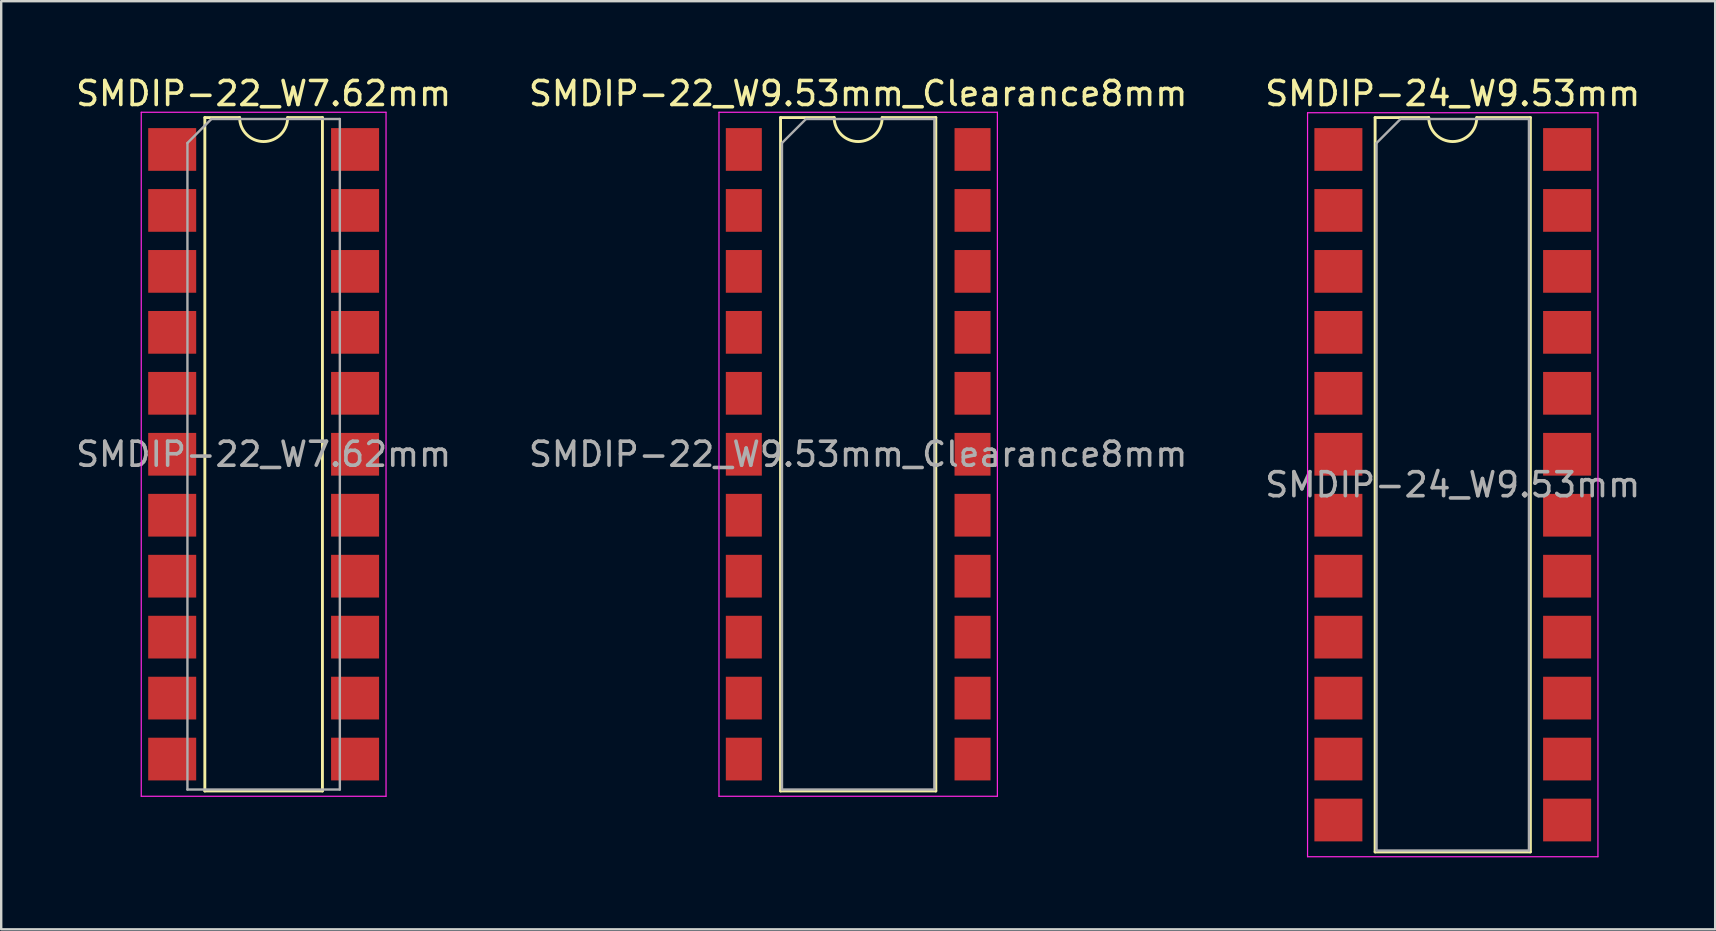
<source format=kicad_pcb>
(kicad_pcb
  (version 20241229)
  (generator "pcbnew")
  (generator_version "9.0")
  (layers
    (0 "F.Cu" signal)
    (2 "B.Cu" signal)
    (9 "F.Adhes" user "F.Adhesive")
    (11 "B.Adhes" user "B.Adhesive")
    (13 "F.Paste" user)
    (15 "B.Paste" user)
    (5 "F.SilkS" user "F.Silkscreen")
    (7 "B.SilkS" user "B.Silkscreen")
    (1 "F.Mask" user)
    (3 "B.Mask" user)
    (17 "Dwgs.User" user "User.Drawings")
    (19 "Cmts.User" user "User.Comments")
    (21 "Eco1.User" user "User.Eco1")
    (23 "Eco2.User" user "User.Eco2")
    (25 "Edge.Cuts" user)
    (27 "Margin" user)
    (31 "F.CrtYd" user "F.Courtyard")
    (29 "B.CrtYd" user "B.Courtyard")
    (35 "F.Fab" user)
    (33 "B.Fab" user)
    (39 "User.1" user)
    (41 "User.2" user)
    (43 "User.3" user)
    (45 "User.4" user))
  (footprint "SMDIP-22_W7.62mm"
    (layer "F.Cu")
    (at 7.935 15.878)
    (property "Reference" "SMDIP-22_W7.62mm" (at 0 -15.03 0) (layer "F.SilkS") (effects (font (size 1 1) (thickness 0.15))))
    (attr smd)
    (fp_line (start -2.45 -14.03) (end -2.45 14.03) (stroke (width 0.12) (type solid)) (layer "F.SilkS"))
    (fp_line (start -2.45 14.03) (end 2.45 14.03) (stroke (width 0.12) (type solid)) (layer "F.SilkS"))
    (fp_line (start -1 -14.03) (end -2.45 -14.03) (stroke (width 0.12) (type solid)) (layer "F.SilkS"))
    (fp_line (start 2.45 -14.03) (end 1 -14.03) (stroke (width 0.12) (type solid)) (layer "F.SilkS"))
    (fp_line (start 2.45 14.03) (end 2.45 -14.03) (stroke (width 0.12) (type solid)) (layer "F.SilkS"))
    (fp_arc (start 1 -14.03) (mid 0 -13.03) (end -1 -14.03) (stroke (width 0.12) (type solid)) (layer "F.SilkS"))
    (fp_line (start -5.1 -14.25) (end -5.1 14.25) (stroke (width 0.05) (type solid)) (layer "F.CrtYd"))
    (fp_line (start -5.1 14.25) (end 5.1 14.25) (stroke (width 0.05) (type solid)) (layer "F.CrtYd"))
    (fp_line (start 5.1 -14.25) (end -5.1 -14.25) (stroke (width 0.05) (type solid)) (layer "F.CrtYd"))
    (fp_line (start 5.1 14.25) (end 5.1 -14.25) (stroke (width 0.05) (type solid)) (layer "F.CrtYd"))
    (fp_line (start -3.175 -12.97) (end -2.175 -13.97) (stroke (width 0.1) (type solid)) (layer "F.Fab"))
    (fp_line (start -3.175 13.97) (end -3.175 -12.97) (stroke (width 0.1) (type solid)) (layer "F.Fab"))
    (fp_line (start -2.175 -13.97) (end 3.175 -13.97) (stroke (width 0.1) (type solid)) (layer "F.Fab"))
    (fp_line (start 3.175 -13.97) (end 3.175 13.97) (stroke (width 0.1) (type solid)) (layer "F.Fab"))
    (fp_line (start 3.175 13.97) (end -3.175 13.97) (stroke (width 0.1) (type solid)) (layer "F.Fab"))
    (fp_text user "${REFERENCE}" (at 0 0 0) (layer "F.Fab") (effects (font (size 1 1) (thickness 0.15))))
    (pad "1" smd rect (at -3.81 -12.7) (size 2 1.78) (layers "F.Cu" "F.Mask" "F.Paste"))
    (pad "2" smd rect (at -3.81 -10.16) (size 2 1.78) (layers "F.Cu" "F.Mask" "F.Paste"))
    (pad "3" smd rect (at -3.81 -7.62) (size 2 1.78) (layers "F.Cu" "F.Mask" "F.Paste"))
    (pad "4" smd rect (at -3.81 -5.08) (size 2 1.78) (layers "F.Cu" "F.Mask" "F.Paste"))
    (pad "5" smd rect (at -3.81 -2.54) (size 2 1.78) (layers "F.Cu" "F.Mask" "F.Paste"))
    (pad "6" smd rect (at -3.81 0) (size 2 1.78) (layers "F.Cu" "F.Mask" "F.Paste"))
    (pad "7" smd rect (at -3.81 2.54) (size 2 1.78) (layers "F.Cu" "F.Mask" "F.Paste"))
    (pad "8" smd rect (at -3.81 5.08) (size 2 1.78) (layers "F.Cu" "F.Mask" "F.Paste"))
    (pad "9" smd rect (at -3.81 7.62) (size 2 1.78) (layers "F.Cu" "F.Mask" "F.Paste"))
    (pad "10" smd rect (at -3.81 10.16) (size 2 1.78) (layers "F.Cu" "F.Mask" "F.Paste"))
    (pad "11" smd rect (at -3.81 12.7) (size 2 1.78) (layers "F.Cu" "F.Mask" "F.Paste"))
    (pad "12" smd rect (at 3.81 12.7) (size 2 1.78) (layers "F.Cu" "F.Mask" "F.Paste"))
    (pad "13" smd rect (at 3.81 10.16) (size 2 1.78) (layers "F.Cu" "F.Mask" "F.Paste"))
    (pad "14" smd rect (at 3.81 7.62) (size 2 1.78) (layers "F.Cu" "F.Mask" "F.Paste"))
    (pad "15" smd rect (at 3.81 5.08) (size 2 1.78) (layers "F.Cu" "F.Mask" "F.Paste"))
    (pad "16" smd rect (at 3.81 2.54) (size 2 1.78) (layers "F.Cu" "F.Mask" "F.Paste"))
    (pad "17" smd rect (at 3.81 0) (size 2 1.78) (layers "F.Cu" "F.Mask" "F.Paste"))
    (pad "18" smd rect (at 3.81 -2.54) (size 2 1.78) (layers "F.Cu" "F.Mask" "F.Paste"))
    (pad "19" smd rect (at 3.81 -5.08) (size 2 1.78) (layers "F.Cu" "F.Mask" "F.Paste"))
    (pad "20" smd rect (at 3.81 -7.62) (size 2 1.78) (layers "F.Cu" "F.Mask" "F.Paste"))
    (pad "21" smd rect (at 3.81 -10.16) (size 2 1.78) (layers "F.Cu" "F.Mask" "F.Paste"))
    (pad "22" smd rect (at 3.81 -12.7) (size 2 1.78) (layers "F.Cu" "F.Mask" "F.Paste")))
  (footprint "SMDIP-24_W9.53mm"
    (layer "F.Cu")
    (at 57.482 17.148)
    (property "Reference" "SMDIP-24_W9.53mm" (at 0 -16.3 0) (layer "F.SilkS") (effects (font (size 1 1) (thickness 0.15))))
    (attr smd)
    (fp_line (start -3.235 -15.3) (end -3.235 15.3) (stroke (width 0.12) (type solid)) (layer "F.SilkS"))
    (fp_line (start -3.235 15.3) (end 3.235 15.3) (stroke (width 0.12) (type solid)) (layer "F.SilkS"))
    (fp_line (start -1 -15.3) (end -3.235 -15.3) (stroke (width 0.12) (type solid)) (layer "F.SilkS"))
    (fp_line (start 3.235 -15.3) (end 1 -15.3) (stroke (width 0.12) (type solid)) (layer "F.SilkS"))
    (fp_line (start 3.235 15.3) (end 3.235 -15.3) (stroke (width 0.12) (type solid)) (layer "F.SilkS"))
    (fp_arc (start 1 -15.3) (mid 0 -14.3) (end -1 -15.3) (stroke (width 0.12) (type solid)) (layer "F.SilkS"))
    (fp_line (start -6.05 -15.5) (end -6.05 15.5) (stroke (width 0.05) (type solid)) (layer "F.CrtYd"))
    (fp_line (start -6.05 15.5) (end 6.05 15.5) (stroke (width 0.05) (type solid)) (layer "F.CrtYd"))
    (fp_line (start 6.05 -15.5) (end -6.05 -15.5) (stroke (width 0.05) (type solid)) (layer "F.CrtYd"))
    (fp_line (start 6.05 15.5) (end 6.05 -15.5) (stroke (width 0.05) (type solid)) (layer "F.CrtYd"))
    (fp_line (start -3.175 -14.24) (end -2.175 -15.24) (stroke (width 0.1) (type solid)) (layer "F.Fab"))
    (fp_line (start -3.175 15.24) (end -3.175 -14.24) (stroke (width 0.1) (type solid)) (layer "F.Fab"))
    (fp_line (start -2.175 -15.24) (end 3.175 -15.24) (stroke (width 0.1) (type solid)) (layer "F.Fab"))
    (fp_line (start 3.175 -15.24) (end 3.175 15.24) (stroke (width 0.1) (type solid)) (layer "F.Fab"))
    (fp_line (start 3.175 15.24) (end -3.175 15.24) (stroke (width 0.1) (type solid)) (layer "F.Fab"))
    (fp_text user "${REFERENCE}" (at 0 0 0) (layer "F.Fab") (effects (font (size 1 1) (thickness 0.15))))
    (pad "1" smd rect (at -4.765 -13.97) (size 2 1.78) (layers "F.Cu" "F.Mask" "F.Paste"))
    (pad "2" smd rect (at -4.765 -11.43) (size 2 1.78) (layers "F.Cu" "F.Mask" "F.Paste"))
    (pad "3" smd rect (at -4.765 -8.89) (size 2 1.78) (layers "F.Cu" "F.Mask" "F.Paste"))
    (pad "4" smd rect (at -4.765 -6.35) (size 2 1.78) (layers "F.Cu" "F.Mask" "F.Paste"))
    (pad "5" smd rect (at -4.765 -3.81) (size 2 1.78) (layers "F.Cu" "F.Mask" "F.Paste"))
    (pad "6" smd rect (at -4.765 -1.27) (size 2 1.78) (layers "F.Cu" "F.Mask" "F.Paste"))
    (pad "7" smd rect (at -4.765 1.27) (size 2 1.78) (layers "F.Cu" "F.Mask" "F.Paste"))
    (pad "8" smd rect (at -4.765 3.81) (size 2 1.78) (layers "F.Cu" "F.Mask" "F.Paste"))
    (pad "9" smd rect (at -4.765 6.35) (size 2 1.78) (layers "F.Cu" "F.Mask" "F.Paste"))
    (pad "10" smd rect (at -4.765 8.89) (size 2 1.78) (layers "F.Cu" "F.Mask" "F.Paste"))
    (pad "11" smd rect (at -4.765 11.43) (size 2 1.78) (layers "F.Cu" "F.Mask" "F.Paste"))
    (pad "12" smd rect (at -4.765 13.97) (size 2 1.78) (layers "F.Cu" "F.Mask" "F.Paste"))
    (pad "13" smd rect (at 4.765 13.97) (size 2 1.78) (layers "F.Cu" "F.Mask" "F.Paste"))
    (pad "14" smd rect (at 4.765 11.43) (size 2 1.78) (layers "F.Cu" "F.Mask" "F.Paste"))
    (pad "15" smd rect (at 4.765 8.89) (size 2 1.78) (layers "F.Cu" "F.Mask" "F.Paste"))
    (pad "16" smd rect (at 4.765 6.35) (size 2 1.78) (layers "F.Cu" "F.Mask" "F.Paste"))
    (pad "17" smd rect (at 4.765 3.81) (size 2 1.78) (layers "F.Cu" "F.Mask" "F.Paste"))
    (pad "18" smd rect (at 4.765 1.27) (size 2 1.78) (layers "F.Cu" "F.Mask" "F.Paste"))
    (pad "19" smd rect (at 4.765 -1.27) (size 2 1.78) (layers "F.Cu" "F.Mask" "F.Paste"))
    (pad "20" smd rect (at 4.765 -3.81) (size 2 1.78) (layers "F.Cu" "F.Mask" "F.Paste"))
    (pad "21" smd rect (at 4.765 -6.35) (size 2 1.78) (layers "F.Cu" "F.Mask" "F.Paste"))
    (pad "22" smd rect (at 4.765 -8.89) (size 2 1.78) (layers "F.Cu" "F.Mask" "F.Paste"))
    (pad "23" smd rect (at 4.765 -11.43) (size 2 1.78) (layers "F.Cu" "F.Mask" "F.Paste"))
    (pad "24" smd rect (at 4.765 -13.97) (size 2 1.78) (layers "F.Cu" "F.Mask" "F.Paste")))
  (footprint "SMDIP-22_W9.53mm_Clearance8mm"
    (layer "F.Cu")
    (at 32.708 15.878)
    (property "Reference" "SMDIP-22_W9.53mm_Clearance8mm" (at 0 -15.03 0) (layer "F.SilkS") (effects (font (size 1 1) (thickness 0.15))))
    (attr smd)
    (fp_line (start -3.235 -14.03) (end -3.235 14.03) (stroke (width 0.12) (type solid)) (layer "F.SilkS"))
    (fp_line (start -3.235 14.03) (end 3.235 14.03) (stroke (width 0.12) (type solid)) (layer "F.SilkS"))
    (fp_line (start -1 -14.03) (end -3.235 -14.03) (stroke (width 0.12) (type solid)) (layer "F.SilkS"))
    (fp_line (start 3.235 -14.03) (end 1 -14.03) (stroke (width 0.12) (type solid)) (layer "F.SilkS"))
    (fp_line (start 3.235 14.03) (end 3.235 -14.03) (stroke (width 0.12) (type solid)) (layer "F.SilkS"))
    (fp_arc (start 1 -14.03) (mid 0 -13.03) (end -1 -14.03) (stroke (width 0.12) (type solid)) (layer "F.SilkS"))
    (fp_line (start -5.8 -14.25) (end -5.8 14.25) (stroke (width 0.05) (type solid)) (layer "F.CrtYd"))
    (fp_line (start -5.8 14.25) (end 5.8 14.25) (stroke (width 0.05) (type solid)) (layer "F.CrtYd"))
    (fp_line (start 5.8 -14.25) (end -5.8 -14.25) (stroke (width 0.05) (type solid)) (layer "F.CrtYd"))
    (fp_line (start 5.8 14.25) (end 5.8 -14.25) (stroke (width 0.05) (type solid)) (layer "F.CrtYd"))
    (fp_line (start -3.175 -12.97) (end -2.175 -13.97) (stroke (width 0.1) (type solid)) (layer "F.Fab"))
    (fp_line (start -3.175 13.97) (end -3.175 -12.97) (stroke (width 0.1) (type solid)) (layer "F.Fab"))
    (fp_line (start -2.175 -13.97) (end 3.175 -13.97) (stroke (width 0.1) (type solid)) (layer "F.Fab"))
    (fp_line (start 3.175 -13.97) (end 3.175 13.97) (stroke (width 0.1) (type solid)) (layer "F.Fab"))
    (fp_line (start 3.175 13.97) (end -3.175 13.97) (stroke (width 0.1) (type solid)) (layer "F.Fab"))
    (fp_text user "${REFERENCE}" (at 0 0 0) (layer "F.Fab") (effects (font (size 1 1) (thickness 0.15))))
    (pad "1" smd rect (at -4.765 -12.7) (size 1.5 1.78) (layers "F.Cu" "F.Mask" "F.Paste"))
    (pad "2" smd rect (at -4.765 -10.16) (size 1.5 1.78) (layers "F.Cu" "F.Mask" "F.Paste"))
    (pad "3" smd rect (at -4.765 -7.62) (size 1.5 1.78) (layers "F.Cu" "F.Mask" "F.Paste"))
    (pad "4" smd rect (at -4.765 -5.08) (size 1.5 1.78) (layers "F.Cu" "F.Mask" "F.Paste"))
    (pad "5" smd rect (at -4.765 -2.54) (size 1.5 1.78) (layers "F.Cu" "F.Mask" "F.Paste"))
    (pad "6" smd rect (at -4.765 0) (size 1.5 1.78) (layers "F.Cu" "F.Mask" "F.Paste"))
    (pad "7" smd rect (at -4.765 2.54) (size 1.5 1.78) (layers "F.Cu" "F.Mask" "F.Paste"))
    (pad "8" smd rect (at -4.765 5.08) (size 1.5 1.78) (layers "F.Cu" "F.Mask" "F.Paste"))
    (pad "9" smd rect (at -4.765 7.62) (size 1.5 1.78) (layers "F.Cu" "F.Mask" "F.Paste"))
    (pad "10" smd rect (at -4.765 10.16) (size 1.5 1.78) (layers "F.Cu" "F.Mask" "F.Paste"))
    (pad "11" smd rect (at -4.765 12.7) (size 1.5 1.78) (layers "F.Cu" "F.Mask" "F.Paste"))
    (pad "12" smd rect (at 4.765 12.7) (size 1.5 1.78) (layers "F.Cu" "F.Mask" "F.Paste"))
    (pad "13" smd rect (at 4.765 10.16) (size 1.5 1.78) (layers "F.Cu" "F.Mask" "F.Paste"))
    (pad "14" smd rect (at 4.765 7.62) (size 1.5 1.78) (layers "F.Cu" "F.Mask" "F.Paste"))
    (pad "15" smd rect (at 4.765 5.08) (size 1.5 1.78) (layers "F.Cu" "F.Mask" "F.Paste"))
    (pad "16" smd rect (at 4.765 2.54) (size 1.5 1.78) (layers "F.Cu" "F.Mask" "F.Paste"))
    (pad "17" smd rect (at 4.765 0) (size 1.5 1.78) (layers "F.Cu" "F.Mask" "F.Paste"))
    (pad "18" smd rect (at 4.765 -2.54) (size 1.5 1.78) (layers "F.Cu" "F.Mask" "F.Paste"))
    (pad "19" smd rect (at 4.765 -5.08) (size 1.5 1.78) (layers "F.Cu" "F.Mask" "F.Paste"))
    (pad "20" smd rect (at 4.765 -7.62) (size 1.5 1.78) (layers "F.Cu" "F.Mask" "F.Paste"))
    (pad "21" smd rect (at 4.765 -10.16) (size 1.5 1.78) (layers "F.Cu" "F.Mask" "F.Paste"))
    (pad "22" smd rect (at 4.765 -12.7) (size 1.5 1.78) (layers "F.Cu" "F.Mask" "F.Paste")))
  (gr_rect
    (start -3 -3)
    (end 68.417 35.673)
    (stroke (width 0.1) (type default))
    (fill no)
    (layer "Edge.Cuts")))
</source>
